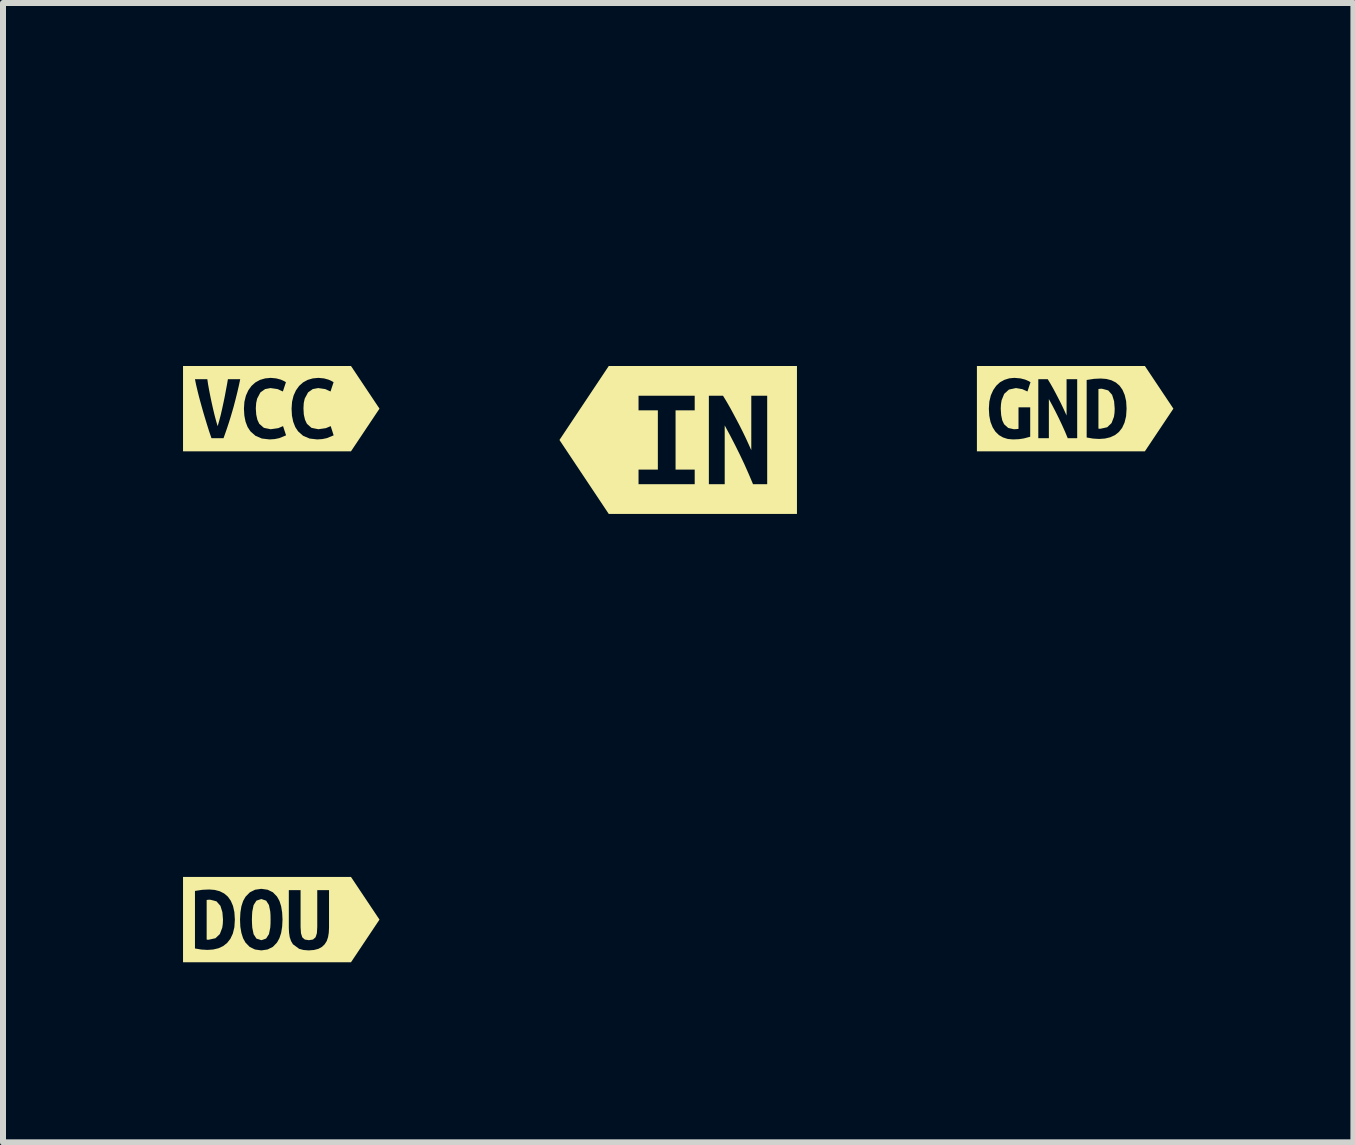
<source format=kicad_pcb>
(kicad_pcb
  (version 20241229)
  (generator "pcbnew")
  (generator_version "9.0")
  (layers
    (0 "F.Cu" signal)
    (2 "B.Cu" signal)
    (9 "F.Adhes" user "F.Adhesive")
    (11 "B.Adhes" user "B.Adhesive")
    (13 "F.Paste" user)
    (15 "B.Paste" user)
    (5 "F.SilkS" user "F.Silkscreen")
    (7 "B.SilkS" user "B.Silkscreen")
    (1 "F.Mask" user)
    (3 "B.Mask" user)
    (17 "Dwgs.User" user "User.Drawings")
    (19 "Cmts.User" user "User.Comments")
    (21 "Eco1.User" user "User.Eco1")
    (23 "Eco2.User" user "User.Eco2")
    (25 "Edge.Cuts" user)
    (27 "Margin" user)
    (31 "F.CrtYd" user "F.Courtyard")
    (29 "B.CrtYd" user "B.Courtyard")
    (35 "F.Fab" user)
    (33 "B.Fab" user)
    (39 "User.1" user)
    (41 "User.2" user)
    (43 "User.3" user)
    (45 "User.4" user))
  (footprint "kibuzzard-6458C17F"
    (layer "F.Cu")
    (at 8.252 4.282)
    (property "Reference" "kibuzzard-6458C17F" (at 0 -4.281 0) (layer "F.SilkS") (effects (font (size 0.001 0.001) (thickness 0.15))))
    (attr board_only exclude_from_pos_files exclude_from_bom)
    (fp_poly (pts (xy -0.661 -1.233) (xy -1.157 -1.233) (xy -1.979 0) (xy -1.157 1.233) (xy -0.661 1.233) (xy -0.661 0.737) (xy -0.661 0.494) (xy -0.339 0.494) (xy -0.339 -0.494) (xy -0.661 -0.494) (xy -0.661 -0.737) (xy 0.275 -0.737) (xy 0.275 -0.494) (xy -0.044 -0.494) (xy -0.044 0.494) (xy 0.275 0.494) (xy 0.275 0.737) (xy -0.661 0.737) (xy -0.661 1.233) (xy 1.247 1.233) (xy 1.247 0.737) (xy 1.178 0.574) (xy 1.106 0.411) (xy 1.029 0.248) (xy 0.948 0.085) (xy 0.864 -0.078) (xy 0.775 -0.242) (xy 0.775 0.737) (xy 0.511 0.737) (xy 0.511 -0.737) (xy 0.747 -0.737) (xy 0.813 -0.628) (xy 0.88 -0.51) (xy 0.946 -0.387) (xy 1.01 -0.266) (xy 1.071 -0.146) (xy 1.127 -0.03) (xy 1.176 0.077) (xy 1.218 0.17) (xy 1.218 -0.737) (xy 1.483 -0.737) (xy 1.483 0.737) (xy 1.247 0.737) (xy 1.247 1.233) (xy 1.483 1.233) (xy 1.979 1.233) (xy 1.979 -1.233) (xy 1.483 -1.233) (xy -0.661 -1.233)) (stroke (width 0) (type solid)) (fill yes) (layer "F.SilkS")))
  (footprint "kibuzzard-6458C08C"
    (layer "F.Cu")
    (at 1.637 3.76)
    (property "Reference" "kibuzzard-6458C08C" (at 0 -3.759 0) (layer "F.SilkS") (effects (font (size 0.001 0.001) (thickness 0.15))))
    (attr board_only exclude_from_pos_files exclude_from_bom)
    (fp_poly (pts (xy -1.438 -0.711) (xy -1.637 -0.711) (xy -1.637 0.711) (xy -1.438 0.711) (xy -1.163 0.711) (xy -1.163 0.492) (xy -1.203 0.375) (xy -1.244 0.244) (xy -1.272 0.152) (xy -1.299 0.061) (xy -1.325 -0.031) (xy -1.35 -0.121) (xy -1.373 -0.207) (xy -1.394 -0.291) (xy -1.42 -0.402) (xy -1.438 -0.491) (xy -1.232 -0.491) (xy -1.22 -0.408) (xy -1.203 -0.314) (xy -1.183 -0.211) (xy -1.161 -0.106) (xy -1.137 0.001) (xy -1.112 0.106) (xy -1.086 0.204) (xy -1.06 0.292) (xy -1.035 0.205) (xy -1.009 0.107) (xy -0.985 0.002) (xy -0.962 -0.104) (xy -0.94 -0.21) (xy -0.921 -0.313) (xy -0.903 -0.408) (xy -0.889 -0.491) (xy -0.684 -0.491) (xy -0.705 -0.39) (xy -0.731 -0.278) (xy -0.761 -0.157) (xy -0.794 -0.031) (xy -0.819 0.056) (xy -0.845 0.144) (xy -0.873 0.233) (xy -0.902 0.321) (xy -0.932 0.408) (xy -0.962 0.492) (xy -1.163 0.492) (xy -1.163 0.711) (xy -0.195 0.711) (xy -0.195 0.513) (xy -0.323 0.498) (xy -0.429 0.453) (xy -0.513 0.379) (xy -0.561 0.306) (xy -0.595 0.218) (xy -0.615 0.116) (xy -0.622 0) (xy -0.614 -0.115) (xy -0.589 -0.217) (xy -0.549 -0.305) (xy -0.496 -0.379) (xy -0.431 -0.437) (xy -0.355 -0.479) (xy -0.269 -0.504) (xy -0.176 -0.513) (xy -0.082 -0.504) (xy -0.008 -0.484) (xy 0.045 -0.46) (xy 0.078 -0.441) (xy 0.027 -0.286) (xy -0.061 -0.326) (xy -0.179 -0.343) (xy -0.269 -0.326) (xy -0.347 -0.271) (xy -0.402 -0.167) (xy -0.418 -0.094) (xy -0.424 -0.005) (xy -0.417 0.099) (xy -0.398 0.185) (xy -0.366 0.253) (xy -0.289 0.32) (xy -0.176 0.343) (xy -0.05 0.325) (xy 0.03 0.291) (xy 0.08 0.445) (xy -0.032 0.491) (xy -0.108 0.507) (xy -0.195 0.513) (xy -0.195 0.711) (xy 0.599 0.711) (xy 0.599 0.513) (xy 0.471 0.498) (xy 0.365 0.453) (xy 0.281 0.379) (xy 0.233 0.306) (xy 0.199 0.218) (xy 0.178 0.116) (xy 0.172 0) (xy 0.18 -0.115) (xy 0.205 -0.217) (xy 0.245 -0.305) (xy 0.298 -0.379) (xy 0.363 -0.437) (xy 0.439 -0.479) (xy 0.525 -0.504) (xy 0.618 -0.513) (xy 0.712 -0.504) (xy 0.786 -0.484) (xy 0.839 -0.46) (xy 0.872 -0.441) (xy 0.821 -0.286) (xy 0.733 -0.326) (xy 0.615 -0.343) (xy 0.525 -0.326) (xy 0.447 -0.271) (xy 0.391 -0.167) (xy 0.375 -0.094) (xy 0.37 -0.005) (xy 0.376 0.099) (xy 0.396 0.185) (xy 0.428 0.253) (xy 0.504 0.32) (xy 0.618 0.343) (xy 0.744 0.325) (xy 0.824 0.291) (xy 0.873 0.445) (xy 0.761 0.491) (xy 0.685 0.507) (xy 0.599 0.513) (xy 0.599 0.711) (xy 0.964 0.711) (xy 1.162 0.711) (xy 1.637 0) (xy 1.162 -0.711) (xy 0.964 -0.711) (xy -1.438 -0.711)) (stroke (width 0) (type solid)) (fill yes) (layer "F.SilkS")))
  (footprint "kibuzzard-6458C097"
    (layer "F.Cu")
    (at 1.637 12.275)
    (property "Reference" "kibuzzard-6458C097" (at 0 -3.759 0) (layer "F.SilkS") (effects (font (size 0.001 0.001) (thickness 0.15))))
    (attr board_only exclude_from_pos_files exclude_from_bom)
    (fp_poly (pts (xy -1.243 0.333) (xy -1.225 0.335) (xy -1.208 0.335) (xy -1.096 0.31) (xy -1.023 0.24) (xy -0.983 0.134) (xy -0.974 0.07) (xy -0.971 0) (xy -0.981 -0.124) (xy -1.014 -0.23) (xy -1.079 -0.304) (xy -1.186 -0.332) (xy -1.214 -0.331) (xy -1.243 -0.327) (xy -1.243 0.333)) (stroke (width 0) (type solid)) (fill yes) (layer "F.SilkS"))
    (fp_poly (pts (xy -0.489 0) (xy -0.487 0.069) (xy -0.483 0.134) (xy -0.461 0.243) (xy -0.414 0.316) (xy -0.333 0.343) (xy -0.253 0.316) (xy -0.205 0.242) (xy -0.183 0.133) (xy -0.179 0.069) (xy -0.178 0) (xy -0.179 -0.069) (xy -0.183 -0.134) (xy -0.205 -0.243) (xy -0.252 -0.316) (xy -0.333 -0.343) (xy -0.414 -0.316) (xy -0.461 -0.242) (xy -0.483 -0.133) (xy -0.487 -0.069) (xy -0.489 0)) (stroke (width 0) (type solid)) (fill yes) (layer "F.SilkS"))
    (fp_poly (pts (xy -1.438 -0.711) (xy -1.637 -0.711) (xy -1.637 0.711) (xy -1.438 0.711) (xy -1.229 0.711) (xy -1.229 0.505) (xy -1.331 0.499) (xy -1.438 0.481) (xy -1.438 -0.478) (xy -1.313 -0.497) (xy -1.203 -0.502) (xy -1.11 -0.495) (xy -1.026 -0.473) (xy -0.952 -0.436) (xy -0.89 -0.383) (xy -0.841 -0.314) (xy -0.804 -0.228) (xy -0.781 -0.124) (xy -0.773 0) (xy -0.781 0.126) (xy -0.807 0.233) (xy -0.848 0.32) (xy -0.902 0.389) (xy -0.968 0.441) (xy -1.045 0.477) (xy -1.133 0.498) (xy -1.229 0.505) (xy -1.229 0.711) (xy -0.332 0.711) (xy -0.332 0.513) (xy -0.438 0.498) (xy -0.526 0.455) (xy -0.596 0.383) (xy -0.636 0.311) (xy -0.664 0.223) (xy -0.682 0.119) (xy -0.687 0) (xy -0.681 -0.119) (xy -0.664 -0.223) (xy -0.635 -0.311) (xy -0.594 -0.383) (xy -0.523 -0.455) (xy -0.436 -0.498) (xy -0.333 -0.513) (xy -0.227 -0.498) (xy -0.139 -0.455) (xy -0.07 -0.383) (xy -0.03 -0.311) (xy -0.002 -0.223) (xy 0.015 -0.119) (xy 0.021 0) (xy 0.015 0.119) (xy -0.002 0.223) (xy -0.031 0.311) (xy -0.071 0.383) (xy -0.141 0.455) (xy -0.228 0.498) (xy -0.332 0.513) (xy -0.332 0.711) (xy 0.457 0.711) (xy 0.457 0.513) (xy 0.37 0.506) (xy 0.298 0.487) (xy 0.195 0.411) (xy 0.163 0.357) (xy 0.141 0.292) (xy 0.13 0.218) (xy 0.126 0.137) (xy 0.126 -0.491) (xy 0.322 -0.491) (xy 0.322 0.124) (xy 0.329 0.228) (xy 0.35 0.295) (xy 0.392 0.332) (xy 0.461 0.343) (xy 0.529 0.332) (xy 0.572 0.294) (xy 0.594 0.226) (xy 0.6 0.122) (xy 0.6 -0.491) (xy 0.796 -0.491) (xy 0.796 0.137) (xy 0.792 0.218) (xy 0.78 0.292) (xy 0.758 0.357) (xy 0.724 0.411) (xy 0.678 0.455) (xy 0.619 0.487) (xy 0.546 0.506) (xy 0.457 0.513) (xy 0.457 0.711) (xy 0.964 0.711) (xy 1.162 0.711) (xy 1.637 0) (xy 1.162 -0.711) (xy 0.964 -0.711) (xy -1.438 -0.711)) (stroke (width 0) (type solid)) (fill yes) (layer "F.SilkS")))
  (footprint "kibuzzard-6458C074"
    (layer "F.Cu")
    (at 14.867 3.76)
    (property "Reference" "kibuzzard-6458C074" (at 0 -3.759 0) (layer "F.SilkS") (effects (font (size 0.001 0.001) (thickness 0.15))))
    (attr board_only exclude_from_pos_files exclude_from_bom)
    (fp_poly (pts (xy 0.388 0.333) (xy 0.405 0.335) (xy 0.422 0.335) (xy 0.534 0.31) (xy 0.607 0.24) (xy 0.647 0.134) (xy 0.656 0.07) (xy 0.659 0) (xy 0.649 -0.124) (xy 0.616 -0.23) (xy 0.551 -0.304) (xy 0.445 -0.332) (xy 0.416 -0.331) (xy 0.388 -0.327) (xy 0.388 0.333)) (stroke (width 0) (type solid)) (fill yes) (layer "F.SilkS"))
    (fp_poly (pts (xy -1.438 -0.711) (xy -1.637 -0.711) (xy -1.637 0.711) (xy -1.438 0.711) (xy -1.036 0.711) (xy -1.036 0.513) (xy -1.124 0.505) (xy -1.202 0.48) (xy -1.271 0.44) (xy -1.329 0.383) (xy -1.375 0.311) (xy -1.41 0.223) (xy -1.431 0.119) (xy -1.438 0) (xy -1.43 -0.118) (xy -1.405 -0.221) (xy -1.365 -0.31) (xy -1.314 -0.383) (xy -1.252 -0.44) (xy -1.179 -0.48) (xy -1.099 -0.505) (xy -1.013 -0.513) (xy -0.91 -0.504) (xy -0.832 -0.484) (xy -0.777 -0.46) (xy -0.744 -0.441) (xy -0.795 -0.286) (xy -0.881 -0.325) (xy -0.986 -0.343) (xy -1.103 -0.318) (xy -1.182 -0.247) (xy -1.226 -0.139) (xy -1.236 -0.073) (xy -1.24 0) (xy -1.233 0.107) (xy -1.215 0.194) (xy -1.184 0.26) (xy -1.115 0.322) (xy -1.021 0.343) (xy -0.982 0.341) (xy -0.944 0.337) (xy -0.944 -0.022) (xy -0.749 -0.022) (xy -0.749 0.468) (xy -0.858 0.497) (xy -0.939 0.509) (xy -1.036 0.513) (xy -1.036 0.711) (xy -0.124 0.711) (xy -0.124 0.492) (xy -0.169 0.383) (xy -0.218 0.274) (xy -0.269 0.166) (xy -0.323 0.057) (xy -0.379 -0.051) (xy -0.438 -0.16) (xy -0.438 0.492) (xy -0.614 0.492) (xy -0.614 -0.491) (xy -0.457 -0.491) (xy -0.413 -0.418) (xy -0.368 -0.339) (xy -0.324 -0.257) (xy -0.282 -0.176) (xy -0.241 -0.096) (xy -0.204 -0.019) (xy -0.171 0.052) (xy -0.143 0.114) (xy -0.143 -0.491) (xy 0.034 -0.491) (xy 0.034 0.492) (xy -0.124 0.492) (xy -0.124 0.711) (xy 0.402 0.711) (xy 0.402 0.505) (xy 0.299 0.499) (xy 0.192 0.481) (xy 0.192 -0.478) (xy 0.318 -0.497) (xy 0.427 -0.502) (xy 0.52 -0.495) (xy 0.604 -0.473) (xy 0.678 -0.436) (xy 0.74 -0.383) (xy 0.789 -0.314) (xy 0.826 -0.228) (xy 0.85 -0.124) (xy 0.857 0) (xy 0.849 0.126) (xy 0.823 0.233) (xy 0.783 0.32) (xy 0.729 0.389) (xy 0.663 0.441) (xy 0.585 0.477) (xy 0.498 0.498) (xy 0.402 0.505) (xy 0.402 0.711) (xy 0.964 0.711) (xy 1.162 0.711) (xy 1.637 0) (xy 1.162 -0.711) (xy 0.964 -0.711) (xy -1.438 -0.711)) (stroke (width 0) (type solid)) (fill yes) (layer "F.SilkS")))
  (gr_rect
    (start -3 -3)
    (end 19.504 15.987)
    (stroke (width 0.1) (type default))
    (fill no)
    (layer "Edge.Cuts")))
</source>
